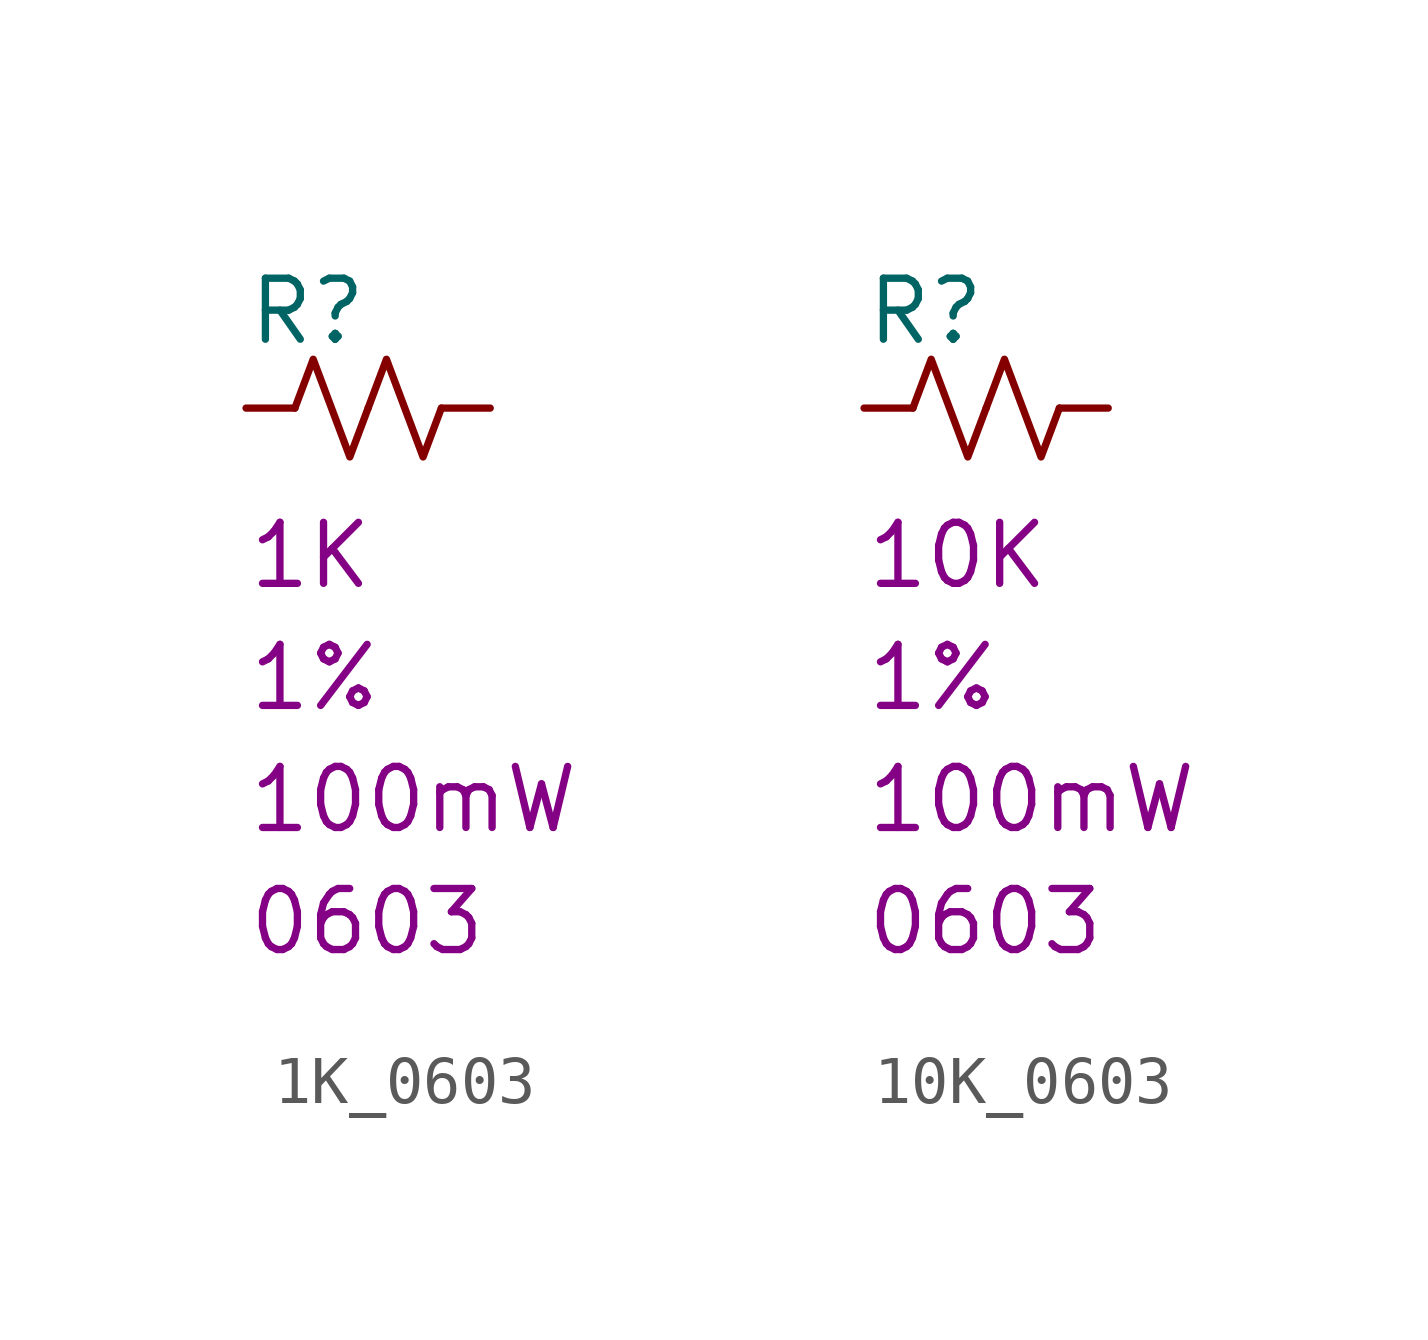
<source format=kicad_sym>
(kicad_symbol_lib
  (version 20220914)
  (generator kicad_symbol_editor)
  (symbol "1K_0603"
    (pin_numbers hide)
    (pin_names
      (offset 0.254) hide)
    (property "Reference" "R"
      (at 0 1.27 0)
      (effects (font (size 1.27 1.27)) (justify left bottom)))
    (property "Tolerance" "1%"
      (at 0 -6.35 0)
      (effects (font (size 1.27 1.27)) (justify left bottom)))
    (property "Power" "100mW"
      (at 0 -8.89 0)
      (effects (font (size 1.27 1.27)) (justify left bottom)))
    (property "Package" "0603"
      (at 0 -11.43 0)
      (effects (font (size 1.27 1.27)) (justify left bottom)))
    (property "Resistance" "1K"
      (at 0 -3.81 0)
      (effects (font (size 1.27 1.27)) (justify left bottom)))
    (symbol "1K_0603_1_1"
      (polyline (pts (xy 1.016 0) (xy 1.397 1.016) (xy 1.778 0) (xy 2.159 -1.016) (xy 2.54 0)) (stroke (width 0) (type default)) (fill (type none)))
      (polyline (pts (xy 2.54 0) (xy 2.921 1.016) (xy 3.302 0) (xy 3.683 -1.016) (xy 4.064 0)) (stroke (width 0) (type default)) (fill (type none)))
      (pin passive line (at 0 0 0) (length 1.016) (name "~" (effects (font (size 1.27 1.27)))) (number "1" (effects (font (size 1.27 1.27)))))
      (pin passive line (at 5.08 0 180) (length 1.016) (name "~" (effects (font (size 1.27 1.27)))) (number "2" (effects (font (size 1.27 1.27)))))))
  (symbol "10K_0603"
    (pin_numbers hide)
    (pin_names
      (offset 0.254) hide)
    (property "Reference" "R"
      (at 0 1.27 0)
      (effects (font (size 1.27 1.27)) (justify left bottom)))
    (property "Tolerance" "1%"
      (at 0 -6.35 0)
      (effects (font (size 1.27 1.27)) (justify left bottom)))
    (property "Power" "100mW"
      (at 0 -8.89 0)
      (effects (font (size 1.27 1.27)) (justify left bottom)))
    (property "Package" "0603"
      (at 0 -11.43 0)
      (effects (font (size 1.27 1.27)) (justify left bottom)))
    (property "Resistance" "10K"
      (at 0 -3.81 0)
      (effects (font (size 1.27 1.27)) (justify left bottom)))
    (symbol "10K_0603_1_1"
      (polyline (pts (xy 1.016 0) (xy 1.397 1.016) (xy 1.778 0) (xy 2.159 -1.016) (xy 2.54 0)) (stroke (width 0) (type default)) (fill (type none)))
      (polyline (pts (xy 2.54 0) (xy 2.921 1.016) (xy 3.302 0) (xy 3.683 -1.016) (xy 4.064 0)) (stroke (width 0) (type default)) (fill (type none)))
      (pin passive line (at 0 0 0) (length 1.016) (name "~" (effects (font (size 1.27 1.27)))) (number "1" (effects (font (size 1.27 1.27)))))
      (pin passive line (at 5.08 0 180) (length 1.016) (name "~" (effects (font (size 1.27 1.27)))) (number "2" (effects (font (size 1.27 1.27))))))))
</source>
